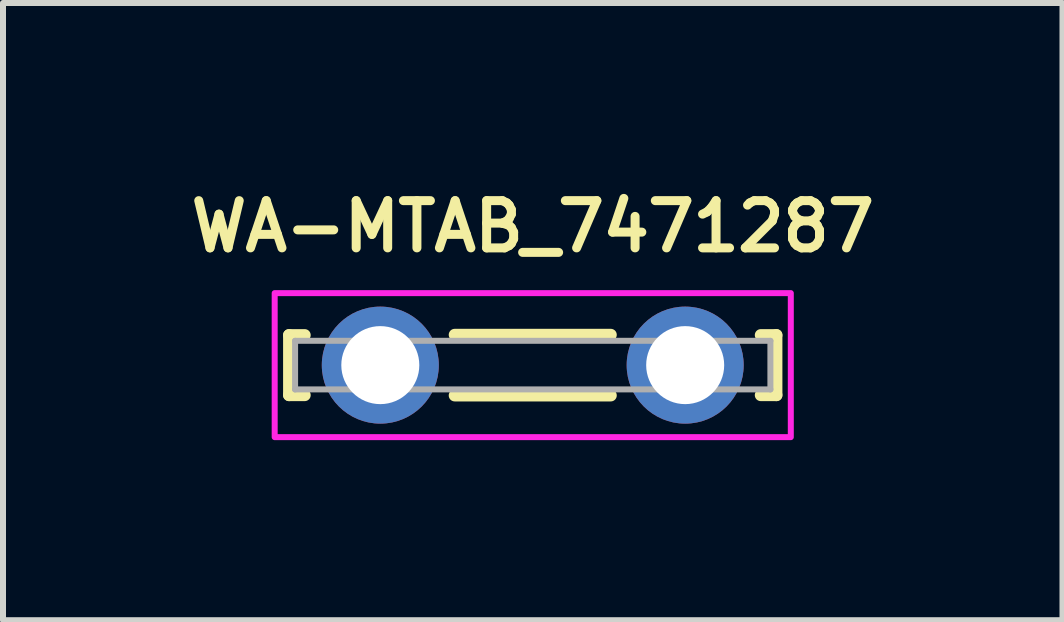
<source format=kicad_pcb>
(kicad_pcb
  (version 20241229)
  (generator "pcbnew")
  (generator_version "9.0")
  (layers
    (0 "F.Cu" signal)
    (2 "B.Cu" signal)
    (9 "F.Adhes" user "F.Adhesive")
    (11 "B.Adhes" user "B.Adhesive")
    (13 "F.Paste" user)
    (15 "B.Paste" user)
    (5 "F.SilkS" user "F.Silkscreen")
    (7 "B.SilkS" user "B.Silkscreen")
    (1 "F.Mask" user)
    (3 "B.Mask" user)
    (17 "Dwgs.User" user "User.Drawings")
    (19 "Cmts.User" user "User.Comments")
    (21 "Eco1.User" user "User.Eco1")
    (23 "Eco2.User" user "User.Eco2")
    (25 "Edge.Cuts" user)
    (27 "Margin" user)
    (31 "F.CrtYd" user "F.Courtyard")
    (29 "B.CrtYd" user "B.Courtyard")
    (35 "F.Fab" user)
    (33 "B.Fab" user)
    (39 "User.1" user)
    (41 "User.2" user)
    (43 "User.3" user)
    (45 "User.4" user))
  (footprint "WA-MTAB_7471287"
    (layer "F.Cu")
    (at 5.827 3.034)
    (property "Reference" "WA-MTAB_7471287" (at 0 -2.31 0) (layer "F.SilkS") (effects (font (size 0.787 0.787) (thickness 0.15))))
    (attr through_hole)
    (fp_line (start -4.06 -0.5) (end -3.8 -0.5) (stroke (width 0.2) (type solid)) (layer "F.SilkS"))
    (fp_line (start -4.06 0.5) (end -4.06 -0.5) (stroke (width 0.2) (type solid)) (layer "F.SilkS"))
    (fp_line (start -3.8 0.5) (end -4.06 0.5) (stroke (width 0.2) (type solid)) (layer "F.SilkS"))
    (fp_line (start -1.3 -0.505) (end 1.3 -0.505) (stroke (width 0.2) (type solid)) (layer "F.SilkS"))
    (fp_line (start 1.3 0.505) (end -1.3 0.505) (stroke (width 0.2) (type solid)) (layer "F.SilkS"))
    (fp_line (start 3.8 -0.5) (end 4.06 -0.5) (stroke (width 0.2) (type solid)) (layer "F.SilkS"))
    (fp_line (start 4.06 -0.5) (end 4.06 0.5) (stroke (width 0.2) (type solid)) (layer "F.SilkS"))
    (fp_line (start 4.06 0.5) (end 3.8 0.5) (stroke (width 0.2) (type solid)) (layer "F.SilkS"))
    (fp_poly (pts (xy -4.3 -1.2) (xy 4.3 -1.2) (xy 4.3 1.2) (xy -4.3 1.2)) (stroke (width 0.1) (type solid)) (fill no) (layer "F.CrtYd"))
    (fp_line (start -3.96 -0.405) (end -3.96 0.405) (stroke (width 0.1) (type solid)) (layer "F.Fab"))
    (fp_line (start -3.96 0.405) (end 3.96 0.405) (stroke (width 0.1) (type solid)) (layer "F.Fab"))
    (fp_line (start 3.96 -0.405) (end -3.96 -0.405) (stroke (width 0.1) (type solid)) (layer "F.Fab"))
    (fp_line (start 3.96 -0.405) (end 3.96 0.405) (stroke (width 0.1) (type solid)) (layer "F.Fab"))
    (pad "1" thru_hole circle (at -2.54 0) (size 1.95 1.95) (drill 1.3) (layers "*.Cu" "*.Mask"))
    (pad "2" thru_hole circle (at 2.54 0) (size 1.95 1.95) (drill 1.3) (layers "*.Cu" "*.Mask")))
  (gr_rect
    (start -3 -3)
    (end 14.654 7.284)
    (stroke (width 0.1) (type default))
    (fill no)
    (layer "Edge.Cuts")))
</source>
